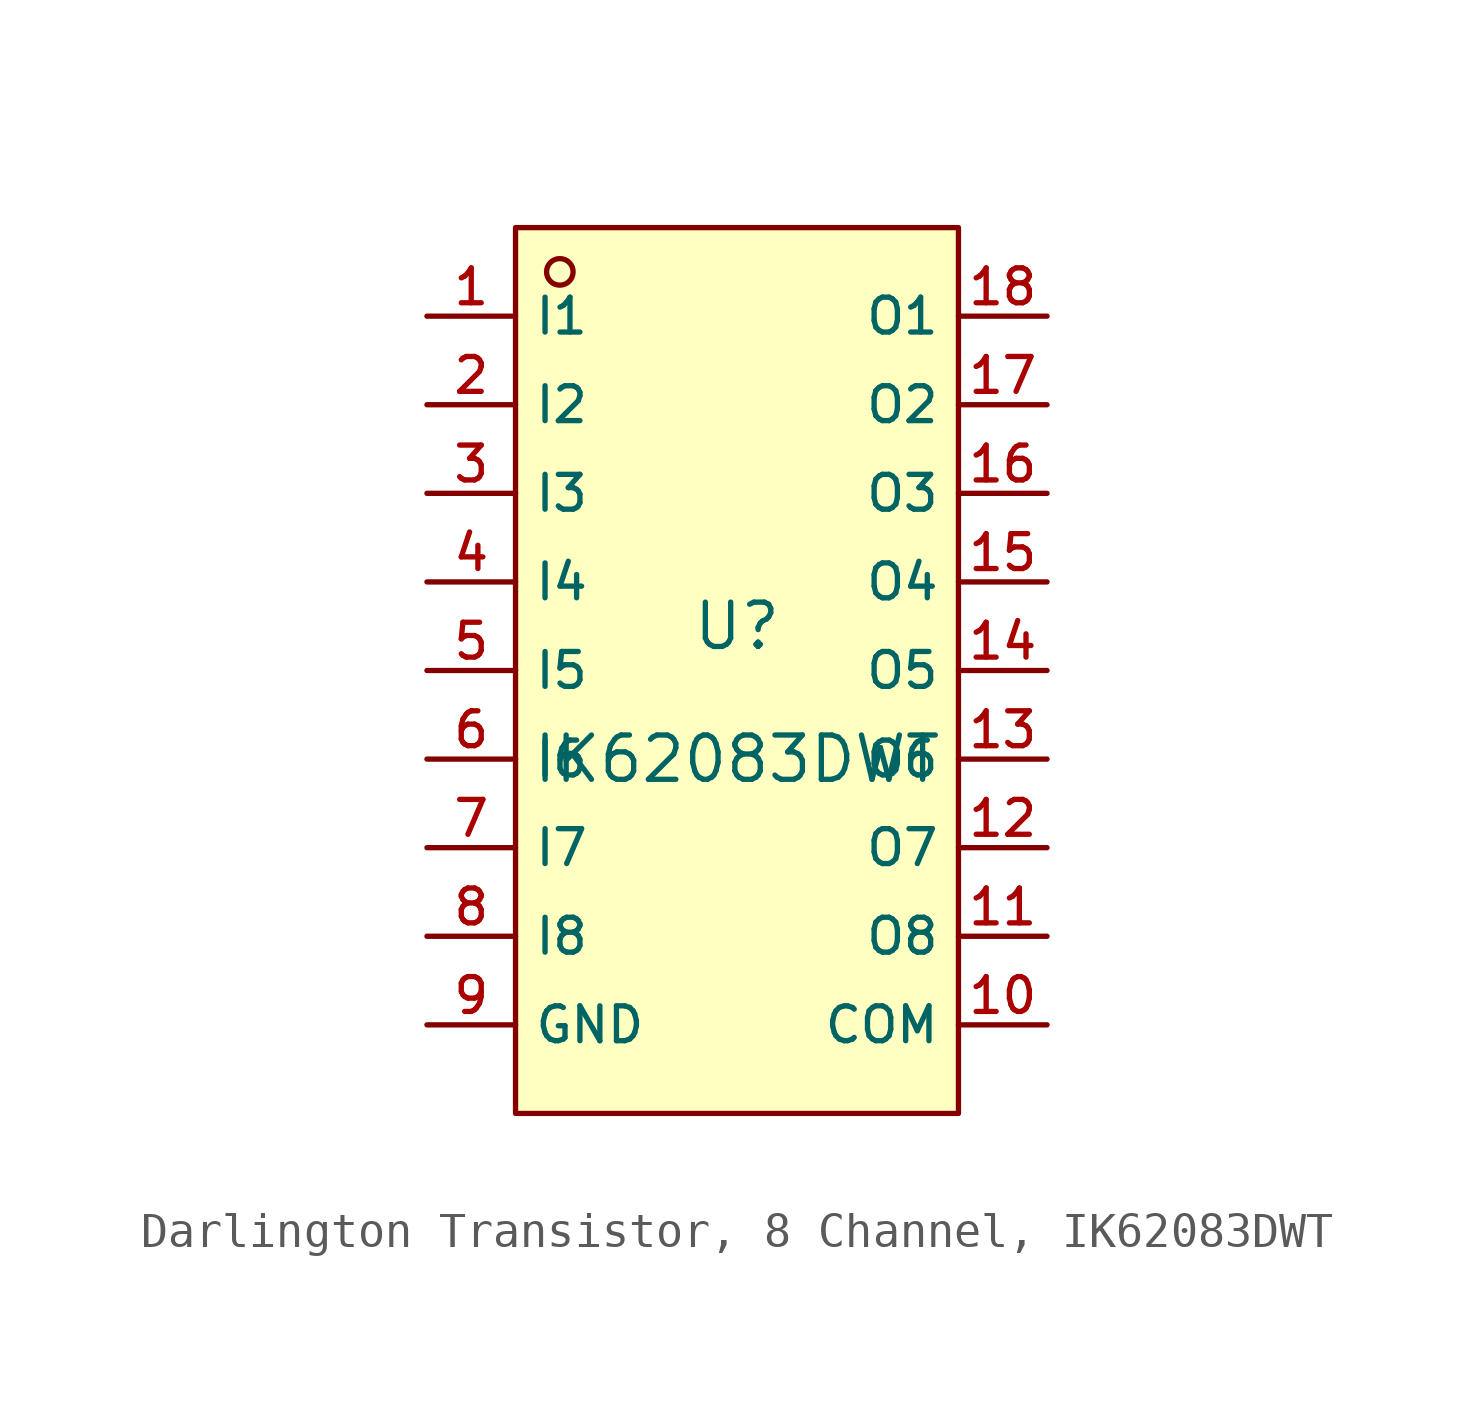
<source format=kicad_sym>
(kicad_symbol_lib
  (version 20231120)
  (generator "CDFER_Archive_Tool")
  (generator_version "0.0")
  (symbol "Darlington Transistor, 8 Channel, IK62083DWT"
    (property "Reference" "U"
      (at -1.27 1.27 0)
      (effects (font (size 1.27 1.27))))
    (property "Value" "IK62083DWT"
      (at -1.27 -2.54 0)
      (effects (font (size 1.27 1.27))))
    (symbol "Darlington Transistor, 8 Channel, IK62083DWT_0_1"
      (rectangle (start -7.62 12.7) (end 5.08 -12.7) (stroke (width 0) (type default)) (fill (type background)))
      (circle (center -6.35 11.43) (radius 0.381) (stroke (width 0) (type default)) (fill (type background)))
      (pin unspecified line (at -10.16 10.16 0) (length 2.54) (name "I1" (effects (font (size 1 1)))) (number "1" (effects (font (size 1 1)))))
      (pin unspecified line (at 7.62 -10.16 180) (length 2.54) (name "COM" (effects (font (size 1 1)))) (number "10" (effects (font (size 1 1)))))
      (pin unspecified line (at 7.62 -7.62 180) (length 2.54) (name "O8" (effects (font (size 1 1)))) (number "11" (effects (font (size 1 1)))))
      (pin unspecified line (at 7.62 -5.08 180) (length 2.54) (name "O7" (effects (font (size 1 1)))) (number "12" (effects (font (size 1 1)))))
      (pin unspecified line (at 7.62 -2.54 180) (length 2.54) (name "O6" (effects (font (size 1 1)))) (number "13" (effects (font (size 1 1)))))
      (pin unspecified line (at 7.62 0 180) (length 2.54) (name "O5" (effects (font (size 1 1)))) (number "14" (effects (font (size 1 1)))))
      (pin unspecified line (at 7.62 2.54 180) (length 2.54) (name "O4" (effects (font (size 1 1)))) (number "15" (effects (font (size 1 1)))))
      (pin unspecified line (at 7.62 5.08 180) (length 2.54) (name "O3" (effects (font (size 1 1)))) (number "16" (effects (font (size 1 1)))))
      (pin unspecified line (at 7.62 7.62 180) (length 2.54) (name "O2" (effects (font (size 1 1)))) (number "17" (effects (font (size 1 1)))))
      (pin unspecified line (at 7.62 10.16 180) (length 2.54) (name "O1" (effects (font (size 1 1)))) (number "18" (effects (font (size 1 1)))))
      (pin unspecified line (at -10.16 7.62 0) (length 2.54) (name "I2" (effects (font (size 1 1)))) (number "2" (effects (font (size 1 1)))))
      (pin unspecified line (at -10.16 5.08 0) (length 2.54) (name "I3" (effects (font (size 1 1)))) (number "3" (effects (font (size 1 1)))))
      (pin unspecified line (at -10.16 2.54 0) (length 2.54) (name "I4" (effects (font (size 1 1)))) (number "4" (effects (font (size 1 1)))))
      (pin unspecified line (at -10.16 0 0) (length 2.54) (name "I5" (effects (font (size 1 1)))) (number "5" (effects (font (size 1 1)))))
      (pin unspecified line (at -10.16 -2.54 0) (length 2.54) (name "I6" (effects (font (size 1 1)))) (number "6" (effects (font (size 1 1)))))
      (pin unspecified line (at -10.16 -5.08 0) (length 2.54) (name "I7" (effects (font (size 1 1)))) (number "7" (effects (font (size 1 1)))))
      (pin unspecified line (at -10.16 -7.62 0) (length 2.54) (name "I8" (effects (font (size 1 1)))) (number "8" (effects (font (size 1 1)))))
      (pin unspecified line (at -10.16 -10.16 0) (length 2.54) (name "GND" (effects (font (size 1 1)))) (number "9" (effects (font (size 1 1))))))))
</source>
